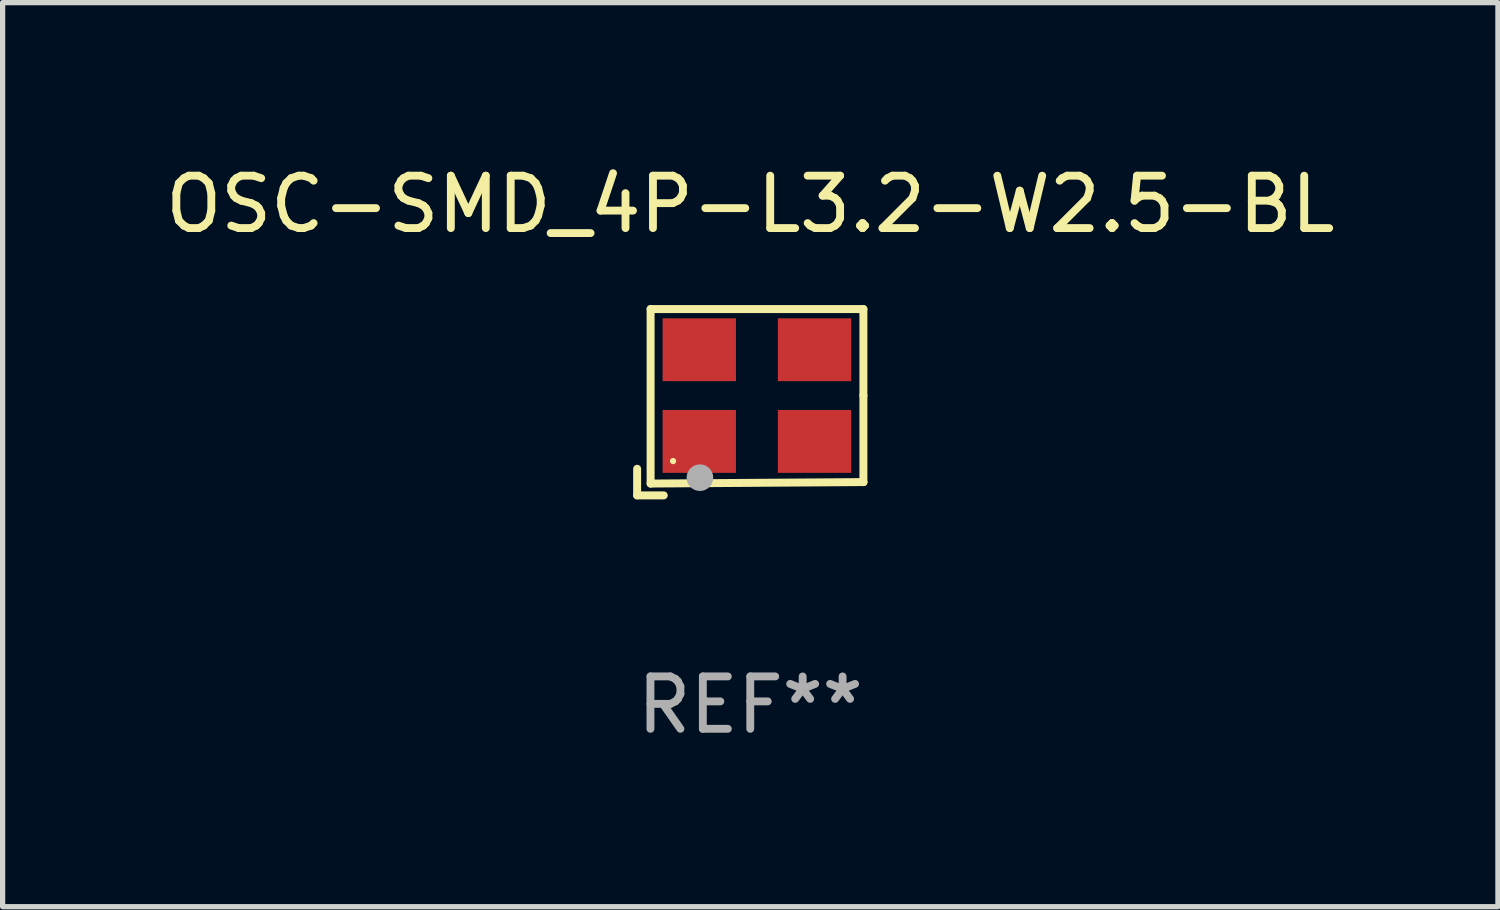
<source format=kicad_pcb>
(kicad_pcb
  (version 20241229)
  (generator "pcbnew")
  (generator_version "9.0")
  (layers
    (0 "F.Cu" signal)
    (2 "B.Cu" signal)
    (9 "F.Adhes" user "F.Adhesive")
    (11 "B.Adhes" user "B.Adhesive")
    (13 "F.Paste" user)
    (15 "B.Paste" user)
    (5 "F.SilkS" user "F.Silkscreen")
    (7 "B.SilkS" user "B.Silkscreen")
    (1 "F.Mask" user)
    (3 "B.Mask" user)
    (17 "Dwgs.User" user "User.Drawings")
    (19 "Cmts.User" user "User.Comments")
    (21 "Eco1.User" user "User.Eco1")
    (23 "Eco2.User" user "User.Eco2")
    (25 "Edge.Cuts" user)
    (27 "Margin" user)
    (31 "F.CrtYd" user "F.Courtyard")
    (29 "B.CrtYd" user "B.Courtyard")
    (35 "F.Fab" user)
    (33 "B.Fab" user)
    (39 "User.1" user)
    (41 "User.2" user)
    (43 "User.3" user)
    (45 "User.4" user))
  (footprint "OSC-SMD_4P-L3.2-W2.5-BL"
    (layer "F.Cu")
    (at 11.268 4.626)
    (property "Reference" "OSC-SMD_4P-L3.2-W2.5-BL" (at 0 -3.778 0) (layer "F.SilkS") (effects (font (size 1 1) (thickness 0.15))))
    (attr smd)
    (fp_line (start -2.159 1.27) (end -2.159 1.778) (stroke (width 0.152) (type solid)) (layer "F.SilkS"))
    (fp_line (start -2.159 1.778) (end -1.651 1.778) (stroke (width 0.152) (type solid)) (layer "F.SilkS"))
    (fp_line (start -1.902 -1.778) (end 2.159 -1.778) (stroke (width 0.152) (type solid)) (layer "F.SilkS"))
    (fp_line (start -1.902 1.552) (end -1.902 -1.778) (stroke (width 0.152) (type solid)) (layer "F.SilkS"))
    (fp_line (start 2.159 -1.778) (end 2.159 -0.127) (stroke (width 0.152) (type solid)) (layer "F.SilkS"))
    (fp_line (start 2.159 -0.127) (end 2.159 1.524) (stroke (width 0.152) (type solid)) (layer "F.SilkS"))
    (fp_line (start 2.159 1.524) (end -1.902 1.552) (stroke (width 0.152) (type solid)) (layer "F.SilkS"))
    (fp_line (start 2.159 1.524) (end 2.159 1.524) (stroke (width 0.152) (type solid)) (layer "F.SilkS"))
    (fp_circle (center -1.473 1.123) (end -1.443 1.123) (stroke (width 0.06) (type solid)) (fill no) (layer "F.SilkS"))
    (fp_circle (center -0.961 1.44) (end -0.834 1.44) (stroke (width 0.254) (type solid)) (fill no) (layer "F.Fab"))
    (fp_text user "REF**" (at 0 5.778 0) (layer "F.Fab") (effects (font (size 1 1) (thickness 0.15))))
    (pad "1" smd rect (at -0.973 0.748) (size 1.4 1.2) (layers "F.Cu" "F.Mask" "F.Paste"))
    (pad "2" smd rect (at 1.227 0.748) (size 1.4 1.2) (layers "F.Cu" "F.Mask" "F.Paste"))
    (pad "3" smd rect (at 1.227 -1.002) (size 1.4 1.2) (layers "F.Cu" "F.Mask" "F.Paste"))
    (pad "4" smd rect (at -0.973 -1.002) (size 1.4 1.2) (layers "F.Cu" "F.Mask" "F.Paste")))
  (gr_rect
    (start -3 -3)
    (end 25.536 14.253)
    (stroke (width 0.1) (type default))
    (fill no)
    (layer "Edge.Cuts")))
</source>
